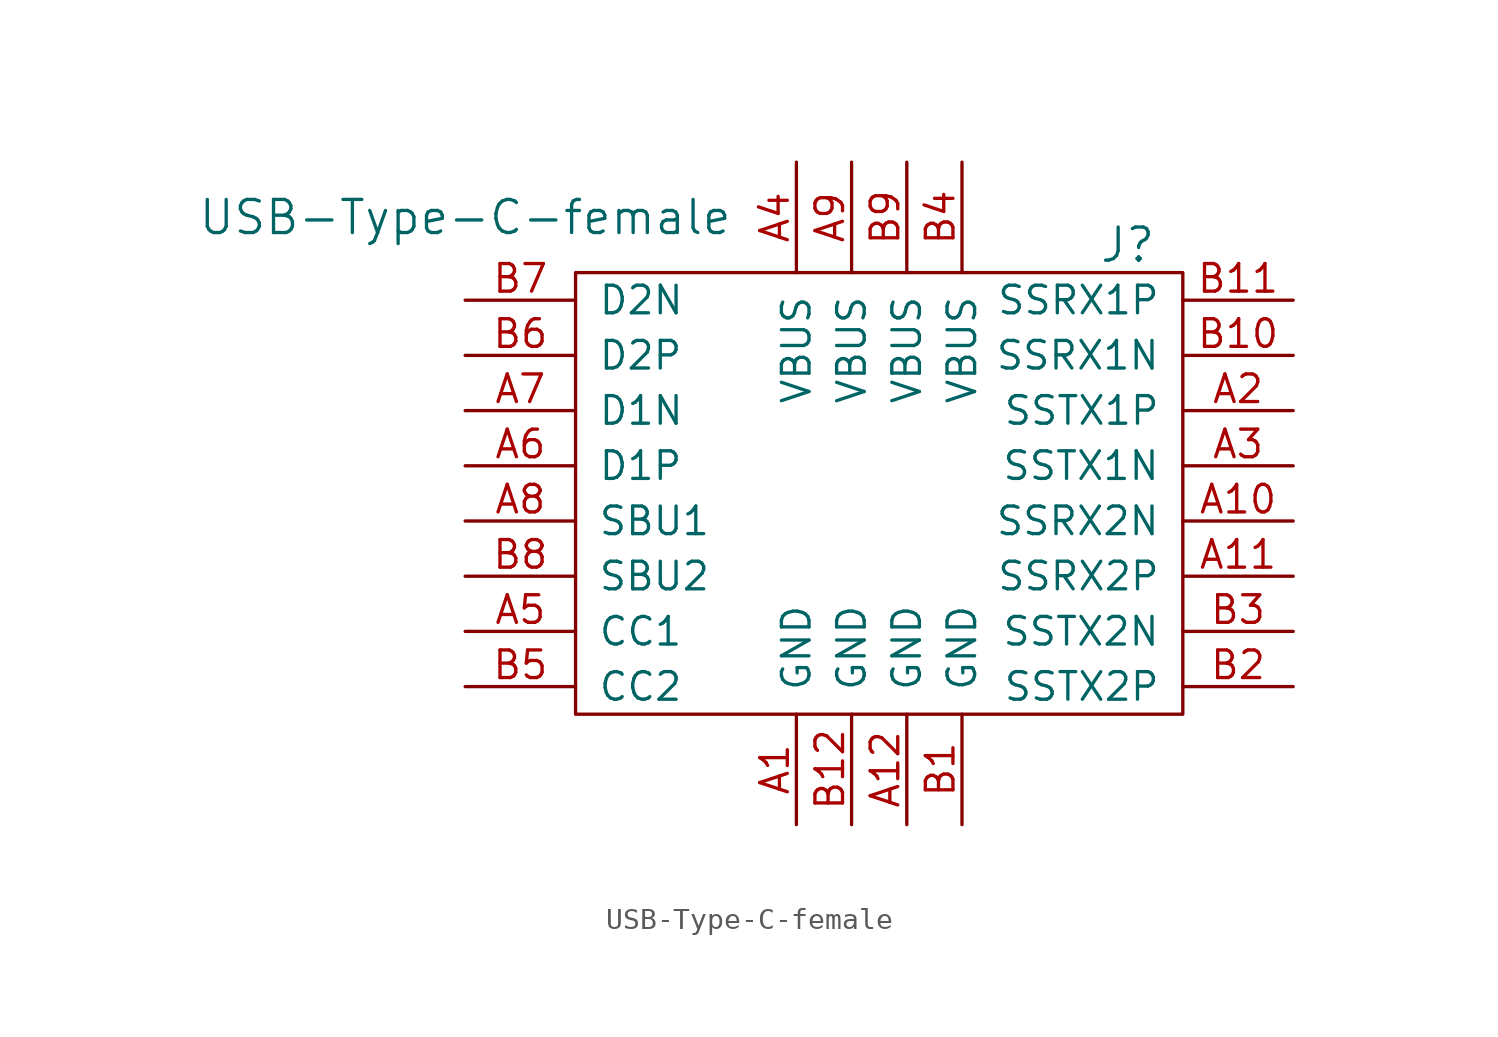
<source format=kicad_sym>
(kicad_symbol_lib
  (version 20241209)
  (generator "kicad_symbol_editor")
  (generator_version "9.0")
  (symbol "USB-Type-C-female"
    (pin_names
      (offset 1.016))
    (property "Reference" "J"
      (at 11.43 11.43 0)
      (effects (font (size 1.524 1.524))))
    (property "Value" "USB-Type-C-female"
      (at -19.05 12.7 0)
      (effects (font (size 1.524 1.524))))
    (symbol "USB-Type-C-female_0_1"
      (rectangle (start -13.97 10.16) (end 13.97 -10.16) (stroke (width 0) (type solid)) (fill (type none))))
    (symbol "USB-Type-C-female_1_1"
      (pin passive line (at -19.05 8.89 0) (length 5.08) (name "D2N" (effects (font (size 1.27 1.27)))) (number "B7" (effects (font (size 1.27 1.27)))))
      (pin passive line (at -19.05 6.35 0) (length 5.08) (name "D2P" (effects (font (size 1.27 1.27)))) (number "B6" (effects (font (size 1.27 1.27)))))
      (pin passive line (at -19.05 3.81 0) (length 5.08) (name "D1N" (effects (font (size 1.27 1.27)))) (number "A7" (effects (font (size 1.27 1.27)))))
      (pin passive line (at -19.05 1.27 0) (length 5.08) (name "D1P" (effects (font (size 1.27 1.27)))) (number "A6" (effects (font (size 1.27 1.27)))))
      (pin passive line (at -19.05 -1.27 0) (length 5.08) (name "SBU1" (effects (font (size 1.27 1.27)))) (number "A8" (effects (font (size 1.27 1.27)))))
      (pin passive line (at -19.05 -3.81 0) (length 5.08) (name "SBU2" (effects (font (size 1.27 1.27)))) (number "B8" (effects (font (size 1.27 1.27)))))
      (pin passive line (at -19.05 -6.35 0) (length 5.08) (name "CC1" (effects (font (size 1.27 1.27)))) (number "A5" (effects (font (size 1.27 1.27)))))
      (pin passive line (at -19.05 -8.89 0) (length 5.08) (name "CC2" (effects (font (size 1.27 1.27)))) (number "B5" (effects (font (size 1.27 1.27)))))
      (pin passive line (at -3.81 15.24 270) (length 5.08) (name "VBUS" (effects (font (size 1.27 1.27)))) (number "A4" (effects (font (size 1.27 1.27)))))
      (pin passive line (at -3.81 -15.24 90) (length 5.08) (name "GND" (effects (font (size 1.27 1.27)))) (number "A1" (effects (font (size 1.27 1.27)))))
      (pin passive line (at -1.27 15.24 270) (length 5.08) (name "VBUS" (effects (font (size 1.27 1.27)))) (number "A9" (effects (font (size 1.27 1.27)))))
      (pin passive line (at -1.27 -15.24 90) (length 5.08) (name "GND" (effects (font (size 1.27 1.27)))) (number "B12" (effects (font (size 1.27 1.27)))))
      (pin passive line (at 1.27 15.24 270) (length 5.08) (name "VBUS" (effects (font (size 1.27 1.27)))) (number "B9" (effects (font (size 1.27 1.27)))))
      (pin passive line (at 1.27 -15.24 90) (length 5.08) (name "GND" (effects (font (size 1.27 1.27)))) (number "A12" (effects (font (size 1.27 1.27)))))
      (pin passive line (at 3.81 15.24 270) (length 5.08) (name "VBUS" (effects (font (size 1.27 1.27)))) (number "B4" (effects (font (size 1.27 1.27)))))
      (pin passive line (at 3.81 -15.24 90) (length 5.08) (name "GND" (effects (font (size 1.27 1.27)))) (number "B1" (effects (font (size 1.27 1.27)))))
      (pin passive line (at 19.05 8.89 180) (length 5.08) (name "SSRX1P" (effects (font (size 1.27 1.27)))) (number "B11" (effects (font (size 1.27 1.27)))))
      (pin passive line (at 19.05 6.35 180) (length 5.08) (name "SSRX1N" (effects (font (size 1.27 1.27)))) (number "B10" (effects (font (size 1.27 1.27)))))
      (pin passive line (at 19.05 3.81 180) (length 5.08) (name "SSTX1P" (effects (font (size 1.27 1.27)))) (number "A2" (effects (font (size 1.27 1.27)))))
      (pin passive line (at 19.05 1.27 180) (length 5.08) (name "SSTX1N" (effects (font (size 1.27 1.27)))) (number "A3" (effects (font (size 1.27 1.27)))))
      (pin passive line (at 19.05 -1.27 180) (length 5.08) (name "SSRX2N" (effects (font (size 1.27 1.27)))) (number "A10" (effects (font (size 1.27 1.27)))))
      (pin passive line (at 19.05 -3.81 180) (length 5.08) (name "SSRX2P" (effects (font (size 1.27 1.27)))) (number "A11" (effects (font (size 1.27 1.27)))))
      (pin passive line (at 19.05 -6.35 180) (length 5.08) (name "SSTX2N" (effects (font (size 1.27 1.27)))) (number "B3" (effects (font (size 1.27 1.27)))))
      (pin passive line (at 19.05 -8.89 180) (length 5.08) (name "SSTX2P" (effects (font (size 1.27 1.27)))) (number "B2" (effects (font (size 1.27 1.27))))))))
</source>
